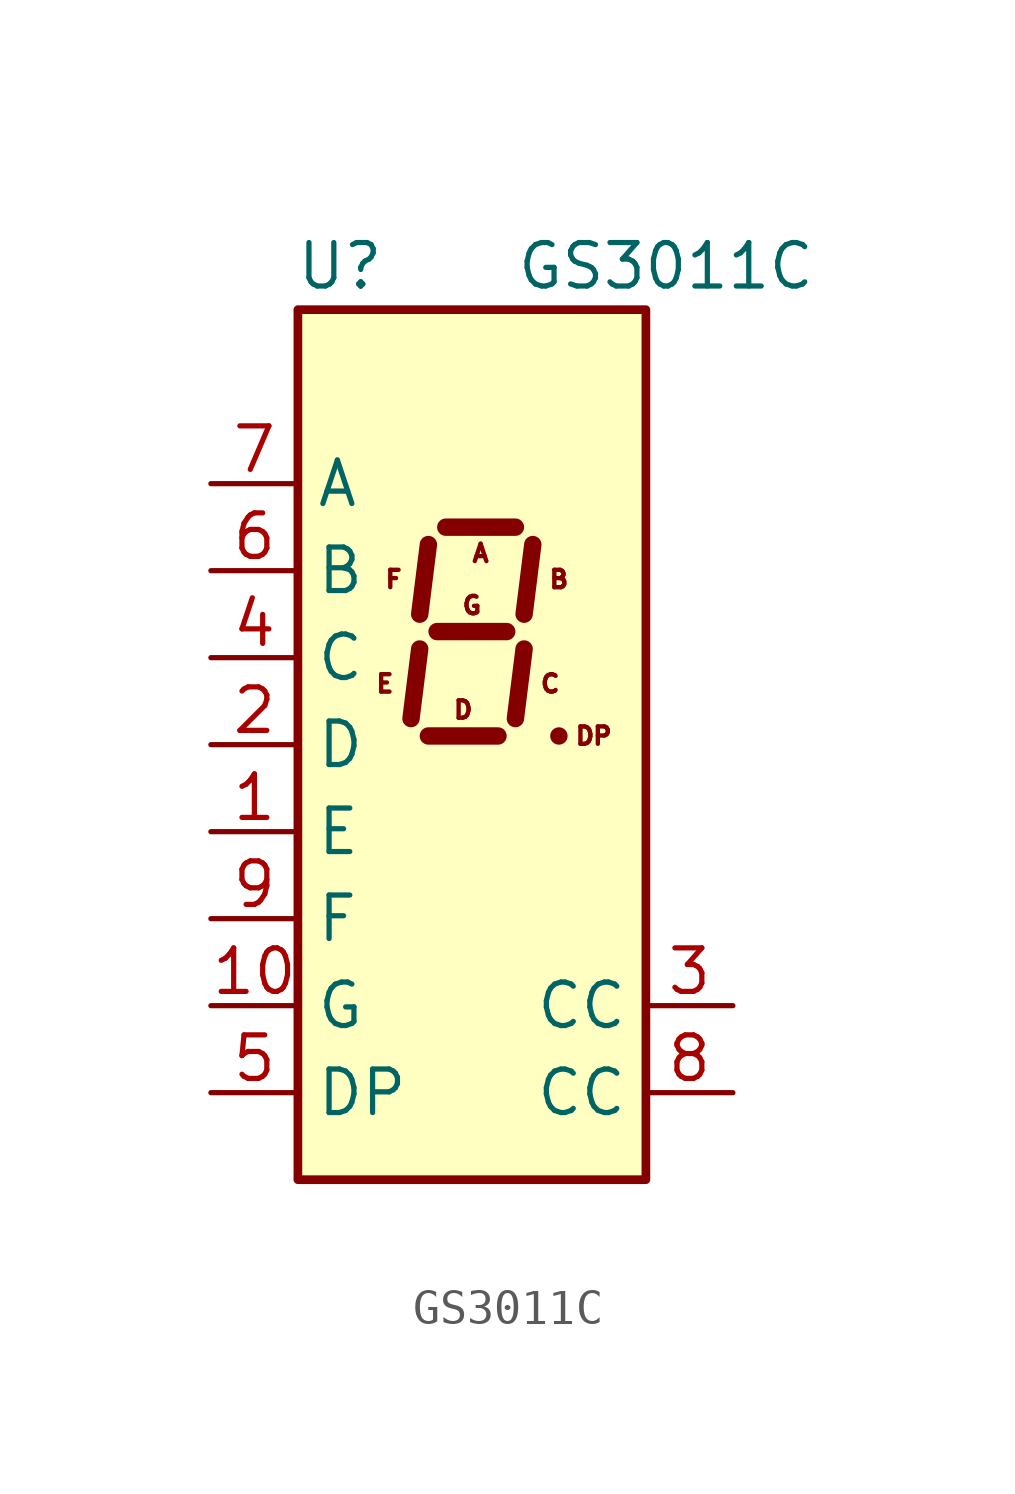
<source format=kicad_sym>
(kicad_symbol_lib
  (version 20241209)
  (generator "kicad_symbol_editor")
  (generator_version "9.0")
  (symbol "GS3011C"
    (property "Reference" "U"
      (at -2.54 13.97 0)
      (effects (font (size 1.27 1.27)) (justify right)))
    (property "Value" "GS3011C"
      (at 1.27 13.97 0)
      (effects (font (size 1.27 1.27)) (justify left)))
    (symbol "GS3011C_0_0"
      (text "E" (at -2.54 1.778 0) (effects (font (size 0.508 0.508))))
      (text "F" (at -2.286 4.826 0) (effects (font (size 0.508 0.508))))
      (text "D" (at -0.254 1.016 0) (effects (font (size 0.508 0.508))))
      (text "G" (at 0 4.064 0) (effects (font (size 0.508 0.508))))
      (text "A" (at 0.254 5.588 0) (effects (font (size 0.508 0.508))))
      (text "C" (at 2.286 1.778 0) (effects (font (size 0.508 0.508))))
      (text "B" (at 2.54 4.826 0) (effects (font (size 0.508 0.508))))
      (text "DP" (at 3.556 0.254 0) (effects (font (size 0.508 0.508)))))
    (symbol "GS3011C_0_1"
      (rectangle (start -5.08 12.7) (end 5.08 -12.7) (stroke (width 0.254) (type default)) (fill (type background)))
      (polyline (pts (xy -1.524 2.794) (xy -1.778 0.762)) (stroke (width 0.508) (type default)) (fill (type none)))
      (polyline (pts (xy -1.27 5.842) (xy -1.524 3.81)) (stroke (width 0.508) (type default)) (fill (type none)))
      (polyline (pts (xy -1.27 0.254) (xy 0.762 0.254)) (stroke (width 0.508) (type default)) (fill (type none)))
      (polyline (pts (xy -1.016 3.302) (xy 1.016 3.302)) (stroke (width 0.508) (type default)) (fill (type none)))
      (polyline (pts (xy -0.762 6.35) (xy 1.27 6.35)) (stroke (width 0.508) (type default)) (fill (type none)))
      (polyline (pts (xy 1.524 2.794) (xy 1.27 0.762)) (stroke (width 0.508) (type default)) (fill (type none)))
      (polyline (pts (xy 1.778 5.842) (xy 1.524 3.81)) (stroke (width 0.508) (type default)) (fill (type none)))
      (polyline (pts (xy 2.54 0.254) (xy 2.54 0.254)) (stroke (width 0.508) (type default)) (fill (type none))))
    (symbol "GS3011C_1_1"
      (pin input line (at -7.62 7.62 0) (length 2.54) (name "A" (effects (font (size 1.27 1.27)))) (number "7" (effects (font (size 1.27 1.27)))))
      (pin input line (at -7.62 5.08 0) (length 2.54) (name "B" (effects (font (size 1.27 1.27)))) (number "6" (effects (font (size 1.27 1.27)))))
      (pin input line (at -7.62 2.54 0) (length 2.54) (name "C" (effects (font (size 1.27 1.27)))) (number "4" (effects (font (size 1.27 1.27)))))
      (pin input line (at -7.62 0 0) (length 2.54) (name "D" (effects (font (size 1.27 1.27)))) (number "2" (effects (font (size 1.27 1.27)))))
      (pin input line (at -7.62 -2.54 0) (length 2.54) (name "E" (effects (font (size 1.27 1.27)))) (number "1" (effects (font (size 1.27 1.27)))))
      (pin input line (at -7.62 -5.08 0) (length 2.54) (name "F" (effects (font (size 1.27 1.27)))) (number "9" (effects (font (size 1.27 1.27)))))
      (pin input line (at -7.62 -7.62 0) (length 2.54) (name "G" (effects (font (size 1.27 1.27)))) (number "10" (effects (font (size 1.27 1.27)))))
      (pin input line (at -7.62 -10.16 0) (length 2.54) (name "DP" (effects (font (size 1.27 1.27)))) (number "5" (effects (font (size 1.27 1.27)))))
      (pin input line (at 7.62 -7.62 180) (length 2.54) (name "CC" (effects (font (size 1.27 1.27)))) (number "3" (effects (font (size 1.27 1.27)))))
      (pin input line (at 7.62 -10.16 180) (length 2.54) (name "CC" (effects (font (size 1.27 1.27)))) (number "8" (effects (font (size 1.27 1.27))))))))
</source>
